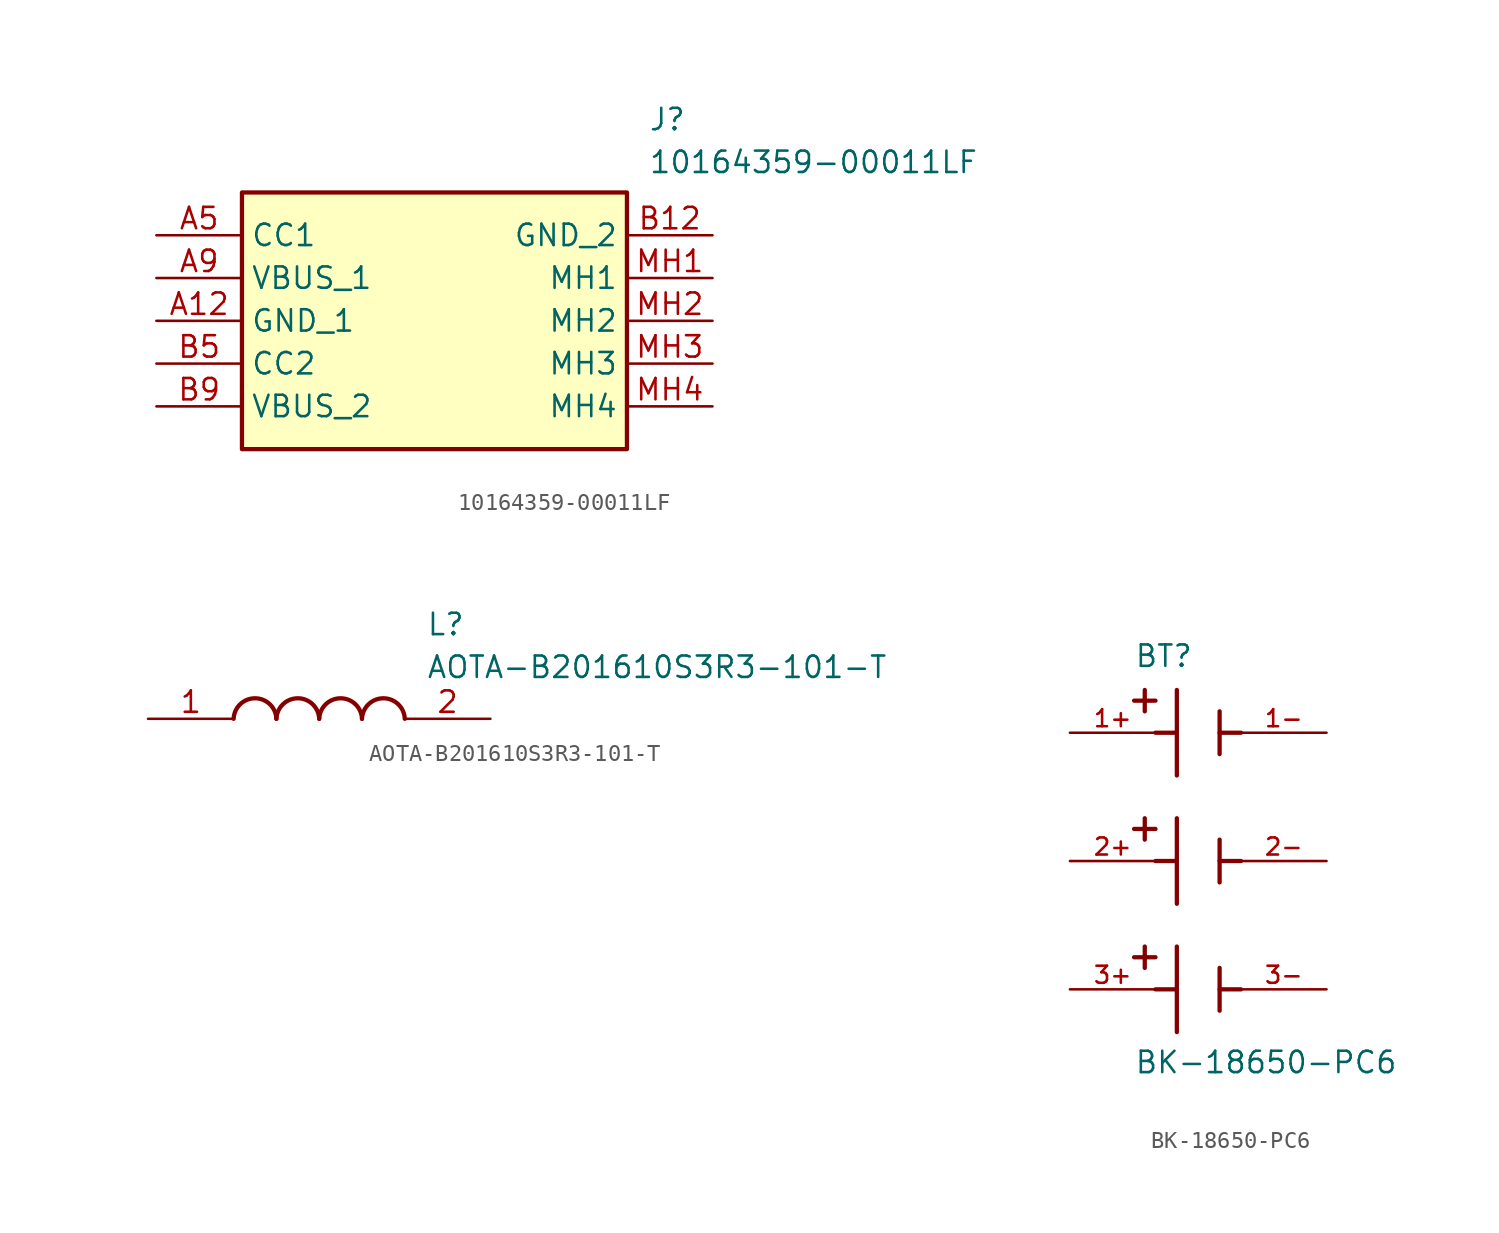
<source format=kicad_sym>
(kicad_symbol_lib
  (version 20241209)
  (generator "kicad_symbol_editor")
  (generator_version "9.0")
  (symbol "10164359-00011LF"
    (property "Reference" "J"
      (at 29.21 7.62 0)
      (effects (font (size 1.27 1.27)) (justify left top)))
    (property "Value" "10164359-00011LF"
      (at 29.21 5.08 0)
      (effects (font (size 1.27 1.27)) (justify left top)))
    (symbol "10164359-00011LF_1_1"
      (rectangle (start 5.08 2.54) (end 27.94 -12.7) (stroke (width 0.254) (type default)) (fill (type background)))
      (pin passive line (at 0 0 0) (length 5.08) (name "CC1" (effects (font (size 1.27 1.27)))) (number "A5" (effects (font (size 1.27 1.27)))))
      (pin passive line (at 0 -2.54 0) (length 5.08) (name "VBUS_1" (effects (font (size 1.27 1.27)))) (number "A9" (effects (font (size 1.27 1.27)))))
      (pin passive line (at 0 -5.08 0) (length 5.08) (name "GND_1" (effects (font (size 1.27 1.27)))) (number "A12" (effects (font (size 1.27 1.27)))))
      (pin passive line (at 0 -7.62 0) (length 5.08) (name "CC2" (effects (font (size 1.27 1.27)))) (number "B5" (effects (font (size 1.27 1.27)))))
      (pin passive line (at 0 -10.16 0) (length 5.08) (name "VBUS_2" (effects (font (size 1.27 1.27)))) (number "B9" (effects (font (size 1.27 1.27)))))
      (pin passive line (at 33.02 0 180) (length 5.08) (name "GND_2" (effects (font (size 1.27 1.27)))) (number "B12" (effects (font (size 1.27 1.27)))))
      (pin passive line (at 33.02 -2.54 180) (length 5.08) (name "MH1" (effects (font (size 1.27 1.27)))) (number "MH1" (effects (font (size 1.27 1.27)))))
      (pin passive line (at 33.02 -5.08 180) (length 5.08) (name "MH2" (effects (font (size 1.27 1.27)))) (number "MH2" (effects (font (size 1.27 1.27)))))
      (pin passive line (at 33.02 -7.62 180) (length 5.08) (name "MH3" (effects (font (size 1.27 1.27)))) (number "MH3" (effects (font (size 1.27 1.27)))))
      (pin passive line (at 33.02 -10.16 180) (length 5.08) (name "MH4" (effects (font (size 1.27 1.27)))) (number "MH4" (effects (font (size 1.27 1.27)))))))
  (symbol "AOTA-B201610S3R3-101-T"
    (pin_names
      (hide yes))
    (property "Reference" "L"
      (at 16.51 6.35 0)
      (effects (font (size 1.27 1.27)) (justify left top)))
    (property "Value" "AOTA-B201610S3R3-101-T"
      (at 16.51 3.81 0)
      (effects (font (size 1.27 1.27)) (justify left top)))
    (symbol "AOTA-B201610S3R3-101-T_1_1"
      (arc (start 5.08 0) (mid 6.35 1.219) (end 7.62 0) (stroke (width 0.254) (type default)) (fill (type none)))
      (arc (start 7.62 0) (mid 8.89 1.219) (end 10.16 0) (stroke (width 0.254) (type default)) (fill (type none)))
      (arc (start 10.16 0) (mid 11.43 1.219) (end 12.7 0) (stroke (width 0.254) (type default)) (fill (type none)))
      (arc (start 12.7 0) (mid 13.97 1.219) (end 15.24 0) (stroke (width 0.254) (type default)) (fill (type none)))
      (pin passive line (at 0 0 0) (length 5.08) (name "1" (effects (font (size 1.27 1.27)))) (number "1" (effects (font (size 1.27 1.27)))))
      (pin passive line (at 20.32 0 180) (length 5.08) (name "2" (effects (font (size 1.27 1.27)))) (number "2" (effects (font (size 1.27 1.27)))))))
  (symbol "BK-18650-PC6"
    (pin_names
      (offset 1.016))
    (property "Reference" "BT"
      (at -3.81 11.43 0)
      (effects (font (size 1.27 1.27)) (justify left bottom)))
    (property "Value" "BK-18650-PC6"
      (at -3.81 -12.7 0)
      (effects (font (size 1.27 1.27)) (justify left bottom)))
    (symbol "BK-18650-PC6_0_0"
      (polyline (pts (xy -3.81 9.525) (xy -2.54 9.525)) (stroke (width 0.254) (type default)) (fill (type none)))
      (polyline (pts (xy -3.81 1.905) (xy -2.54 1.905)) (stroke (width 0.254) (type default)) (fill (type none)))
      (polyline (pts (xy -3.81 -5.715) (xy -2.54 -5.715)) (stroke (width 0.254) (type default)) (fill (type none)))
      (polyline (pts (xy -3.175 10.16) (xy -3.175 8.89)) (stroke (width 0.254) (type default)) (fill (type none)))
      (polyline (pts (xy -3.175 2.54) (xy -3.175 1.27)) (stroke (width 0.254) (type default)) (fill (type none)))
      (polyline (pts (xy -3.175 -5.08) (xy -3.175 -6.35)) (stroke (width 0.254) (type default)) (fill (type none)))
      (polyline (pts (xy -1.27 10.16) (xy -1.27 7.62)) (stroke (width 0.254) (type default)) (fill (type none)))
      (polyline (pts (xy -1.27 7.62) (xy -2.54 7.62)) (stroke (width 0.254) (type default)) (fill (type none)))
      (polyline (pts (xy -1.27 7.62) (xy -1.27 5.08)) (stroke (width 0.254) (type default)) (fill (type none)))
      (polyline (pts (xy -1.27 2.54) (xy -1.27 0)) (stroke (width 0.254) (type default)) (fill (type none)))
      (polyline (pts (xy -1.27 0) (xy -2.54 0)) (stroke (width 0.254) (type default)) (fill (type none)))
      (polyline (pts (xy -1.27 0) (xy -1.27 -2.54)) (stroke (width 0.254) (type default)) (fill (type none)))
      (polyline (pts (xy -1.27 -5.08) (xy -1.27 -10.16)) (stroke (width 0.254) (type default)) (fill (type none)))
      (polyline (pts (xy -1.27 -7.62) (xy -2.54 -7.62)) (stroke (width 0.254) (type default)) (fill (type none)))
      (polyline (pts (xy 1.27 8.89) (xy 1.27 6.35)) (stroke (width 0.254) (type default)) (fill (type none)))
      (polyline (pts (xy 1.27 7.62) (xy 2.54 7.62)) (stroke (width 0.254) (type default)) (fill (type none)))
      (polyline (pts (xy 1.27 1.27) (xy 1.27 -1.27)) (stroke (width 0.254) (type default)) (fill (type none)))
      (polyline (pts (xy 1.27 0) (xy 2.54 0)) (stroke (width 0.254) (type default)) (fill (type none)))
      (polyline (pts (xy 1.27 -6.35) (xy 1.27 -8.89)) (stroke (width 0.254) (type default)) (fill (type none)))
      (polyline (pts (xy 1.27 -7.62) (xy 2.54 -7.62)) (stroke (width 0.254) (type default)) (fill (type none)))
      (pin passive line (at -7.62 7.62 0) (length 5.08) (name "~" (effects (font (size 1.016 1.016)))) (number "1+" (effects (font (size 1.016 1.016)))))
      (pin passive line (at -7.62 0 0) (length 5.08) (name "~" (effects (font (size 1.016 1.016)))) (number "2+" (effects (font (size 1.016 1.016)))))
      (pin passive line (at -7.62 -7.62 0) (length 5.08) (name "~" (effects (font (size 1.016 1.016)))) (number "3+" (effects (font (size 1.016 1.016)))))
      (pin passive line (at 7.62 7.62 180) (length 5.08) (name "~" (effects (font (size 1.016 1.016)))) (number "1-" (effects (font (size 1.016 1.016)))))
      (pin passive line (at 7.62 0 180) (length 5.08) (name "~" (effects (font (size 1.016 1.016)))) (number "2-" (effects (font (size 1.016 1.016)))))
      (pin passive line (at 7.62 -7.62 180) (length 5.08) (name "~" (effects (font (size 1.016 1.016)))) (number "3-" (effects (font (size 1.016 1.016))))))))
</source>
